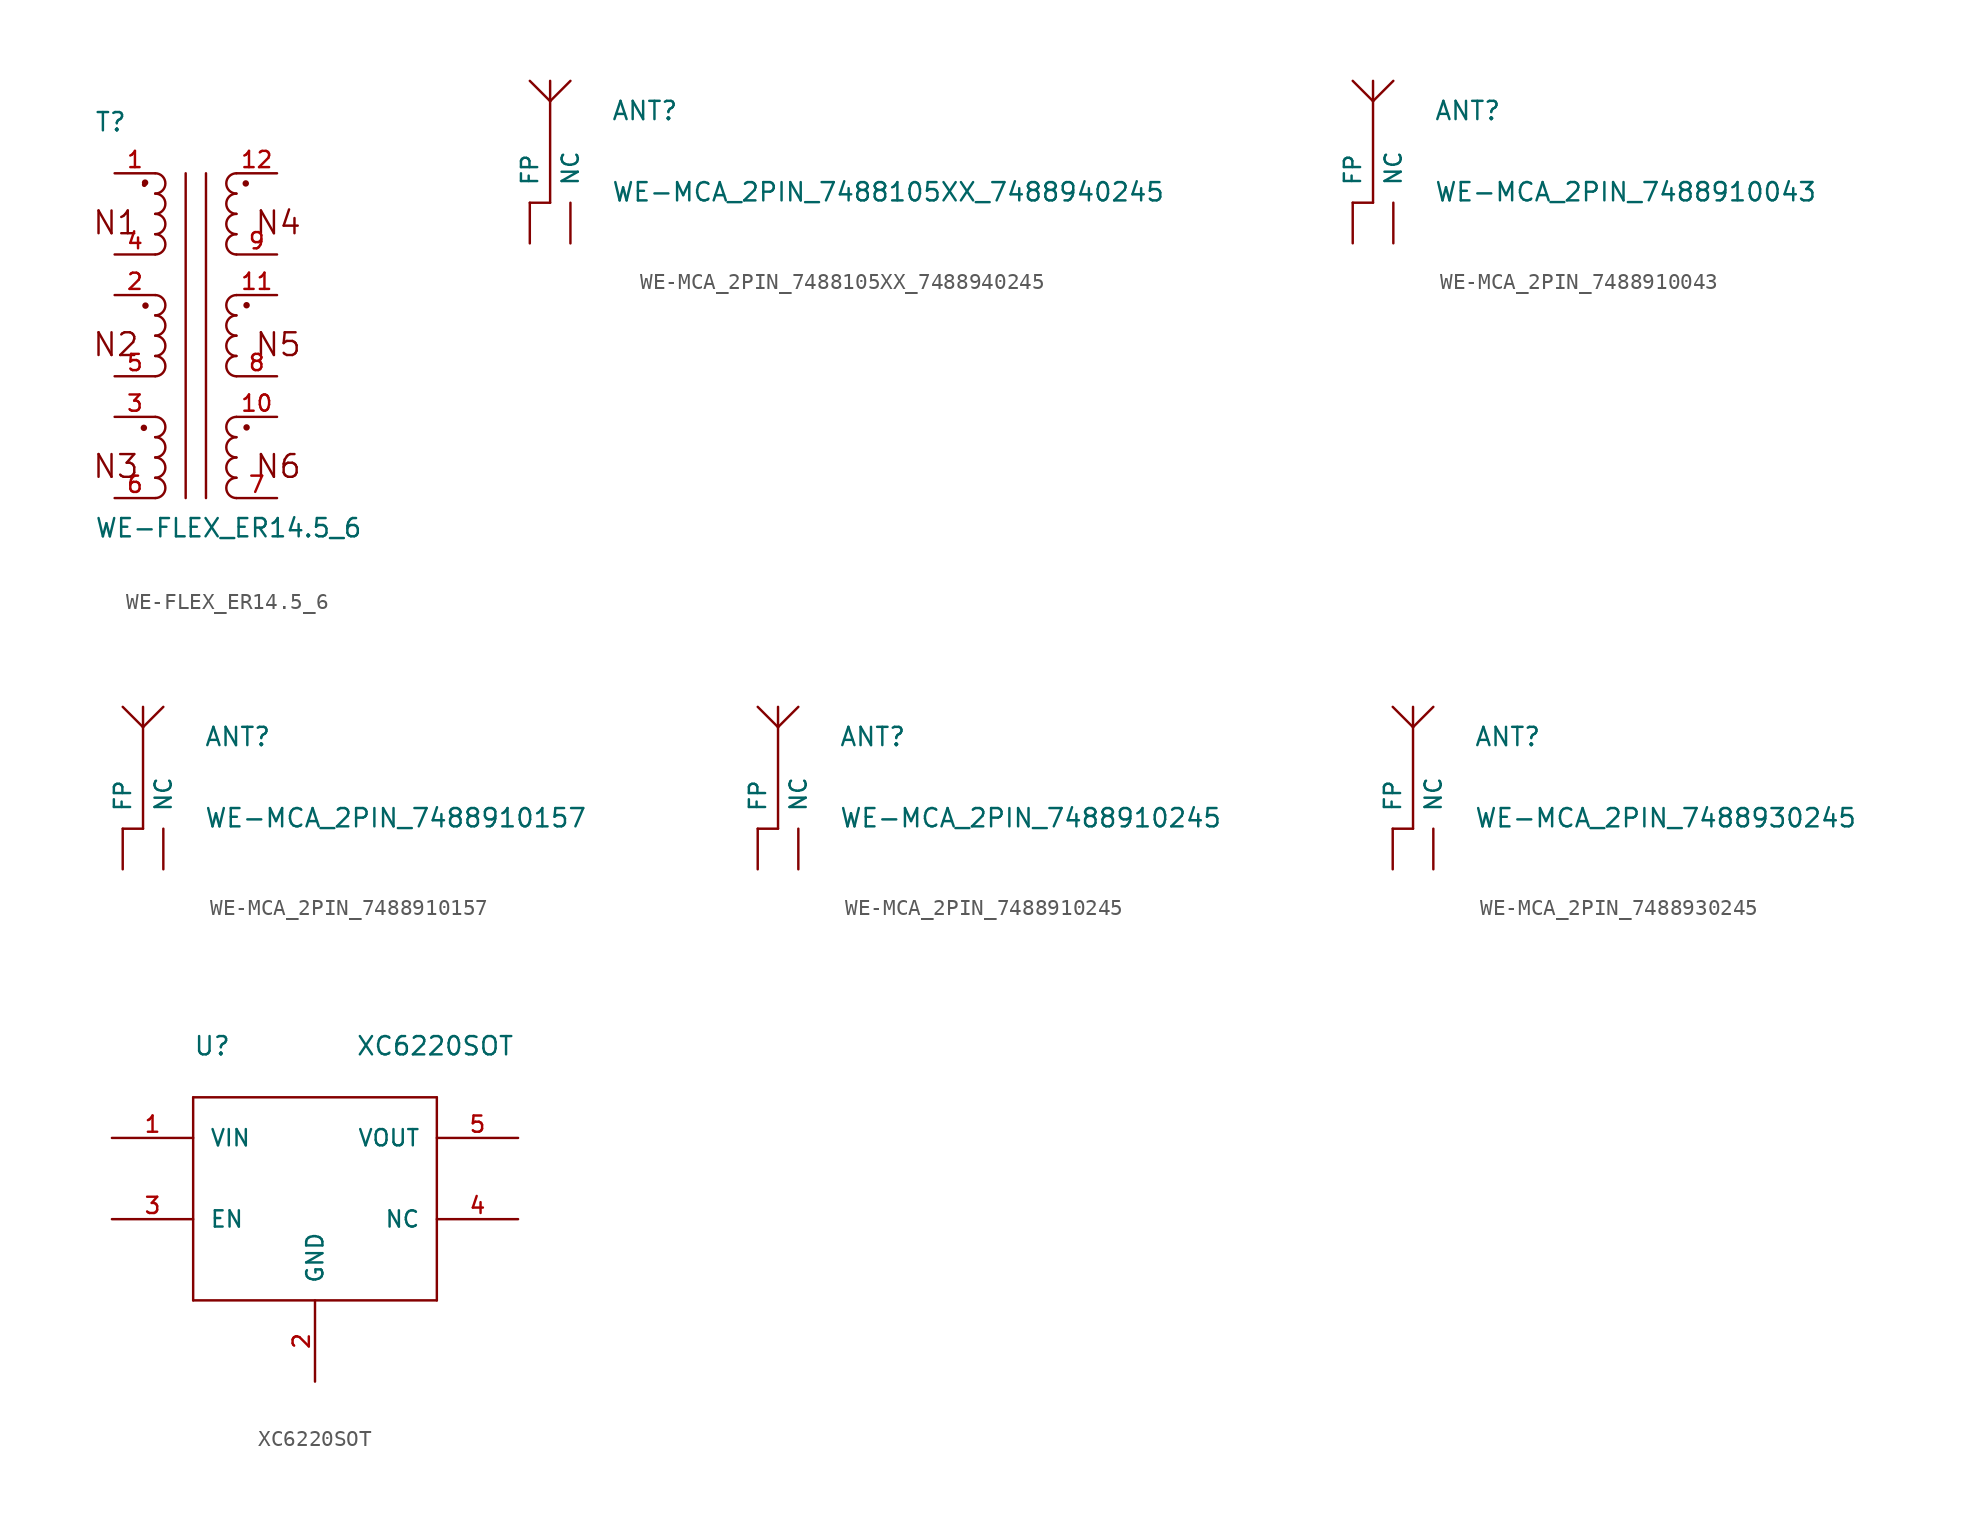
<source format=kicad_sym>
(kicad_symbol_lib
  (version 20241209)
  (generator "kicad_symbol_editor")
  (generator_version "9.0")
  (symbol "WE-FLEX_ER14.5_6"
    (pin_names
      (offset 1.016)
      (hide yes))
    (property "Reference" "T"
      (at -6.35 12.7 0)
      (effects (font (size 1.143 1.143)) (justify left bottom)))
    (property "Value" "WE-FLEX_ER14.5_6"
      (at -6.35 -12.7 0)
      (effects (font (size 1.143 1.143)) (justify left bottom)))
    (property "ki_locked" ""
      (at 0 0 0)
      (effects (font (size 1.27 1.27))))
    (symbol "WE-FLEX_ER14.5_6_1_0"
      (polyline (pts (xy -0.635 10.16) (xy -0.635 -10.16)) (stroke (width 0) (type solid)) (fill (type none)))
      (polyline (pts (xy 0.635 10.16) (xy 0.635 -10.16)) (stroke (width 0) (type solid)) (fill (type none)))
      (text "N1" (at -5.004 7.061 0) (effects (font (size 1.422 1.422))))
      (text "N2" (at -5.004 -0.559 0) (effects (font (size 1.422 1.422))))
      (text "N3" (at -5.004 -8.179 0) (effects (font (size 1.422 1.422))))
      (text "N4" (at 5.156 7.061 0) (effects (font (size 1.422 1.422))))
      (text "N5" (at 5.156 -0.559 0) (effects (font (size 1.422 1.422))))
      (text "N6" (at 5.156 -8.179 0) (effects (font (size 1.422 1.422)))))
    (symbol "WE-FLEX_ER14.5_6_1_1"
      (circle (center -3.251 -5.766) (radius 0.127) (stroke (width 0) (type solid)) (fill (type outline)))
      (circle (center -3.226 9.449) (radius 0.0001) (stroke (width 0) (type solid)) (fill (type none)))
      (circle (center -3.175 9.576) (radius 0.127) (stroke (width 0) (type solid)) (fill (type outline)))
      (circle (center -3.15 1.88) (radius 0.127) (stroke (width 0) (type solid)) (fill (type outline)))
      (arc (start -2.54 10.16) (mid -1.905 9.525) (end -2.54 8.89) (stroke (width 0) (type solid)) (fill (type none)))
      (arc (start -2.54 8.89) (mid -1.905 8.255) (end -2.54 7.62) (stroke (width 0) (type solid)) (fill (type none)))
      (arc (start -2.54 7.62) (mid -1.905 6.985) (end -2.54 6.35) (stroke (width 0) (type solid)) (fill (type none)))
      (arc (start -2.54 6.35) (mid -1.905 5.715) (end -2.54 5.08) (stroke (width 0) (type solid)) (fill (type none)))
      (arc (start -2.54 2.54) (mid -1.905 1.905) (end -2.54 1.27) (stroke (width 0) (type solid)) (fill (type none)))
      (arc (start -2.54 1.27) (mid -1.905 0.635) (end -2.54 0) (stroke (width 0) (type solid)) (fill (type none)))
      (arc (start -2.54 0) (mid -1.905 -0.635) (end -2.54 -1.27) (stroke (width 0) (type solid)) (fill (type none)))
      (arc (start -2.54 -1.27) (mid -1.905 -1.905) (end -2.54 -2.54) (stroke (width 0) (type solid)) (fill (type none)))
      (arc (start -2.54 -5.08) (mid -1.905 -5.715) (end -2.54 -6.35) (stroke (width 0) (type solid)) (fill (type none)))
      (arc (start -2.54 -6.35) (mid -1.905 -6.985) (end -2.54 -7.62) (stroke (width 0) (type solid)) (fill (type none)))
      (arc (start -2.54 -7.62) (mid -1.905 -8.255) (end -2.54 -8.89) (stroke (width 0) (type solid)) (fill (type none)))
      (arc (start -2.54 -8.89) (mid -1.905 -9.525) (end -2.54 -10.16) (stroke (width 0) (type solid)) (fill (type none)))
      (arc (start 2.54 8.89) (mid 1.905 9.525) (end 2.54 10.16) (stroke (width 0) (type solid)) (fill (type none)))
      (arc (start 2.54 7.62) (mid 1.905 8.255) (end 2.54 8.89) (stroke (width 0) (type solid)) (fill (type none)))
      (arc (start 2.54 6.35) (mid 1.905 6.985) (end 2.54 7.62) (stroke (width 0) (type solid)) (fill (type none)))
      (arc (start 2.54 5.08) (mid 1.905 5.715) (end 2.54 6.35) (stroke (width 0) (type solid)) (fill (type none)))
      (arc (start 2.54 1.27) (mid 1.905 1.905) (end 2.54 2.54) (stroke (width 0) (type solid)) (fill (type none)))
      (arc (start 2.54 0) (mid 1.905 0.635) (end 2.54 1.27) (stroke (width 0) (type solid)) (fill (type none)))
      (arc (start 2.54 -1.27) (mid 1.905 -0.635) (end 2.54 0) (stroke (width 0) (type solid)) (fill (type none)))
      (arc (start 2.54 -2.54) (mid 1.905 -1.905) (end 2.54 -1.27) (stroke (width 0) (type solid)) (fill (type none)))
      (arc (start 2.54 -6.35) (mid 1.905 -5.715) (end 2.54 -5.08) (stroke (width 0) (type solid)) (fill (type none)))
      (arc (start 2.54 -7.62) (mid 1.905 -6.985) (end 2.54 -6.35) (stroke (width 0) (type solid)) (fill (type none)))
      (arc (start 2.54 -8.89) (mid 1.905 -8.255) (end 2.54 -7.62) (stroke (width 0) (type solid)) (fill (type none)))
      (arc (start 2.54 -10.16) (mid 1.905 -9.525) (end 2.54 -8.89) (stroke (width 0) (type solid)) (fill (type none)))
      (circle (center 3.124 9.525) (radius 0.127) (stroke (width 0) (type solid)) (fill (type outline)))
      (circle (center 3.175 1.905) (radius 0.127) (stroke (width 0) (type solid)) (fill (type outline)))
      (circle (center 3.175 -5.74) (radius 0.127) (stroke (width 0) (type solid)) (fill (type outline)))
      (pin passive line (at -5.08 10.16 0) (length 2.54) (name "1" (effects (font (size 1.016 1.016)))) (number "1" (effects (font (size 1.016 1.016)))))
      (pin passive line (at -5.08 5.08 0) (length 2.54) (name "12" (effects (font (size 1.016 1.016)))) (number "4" (effects (font (size 1.016 1.016)))))
      (pin passive line (at -5.08 2.54 0) (length 2.54) (name "11" (effects (font (size 1.016 1.016)))) (number "2" (effects (font (size 1.016 1.016)))))
      (pin passive line (at -5.08 -2.54 0) (length 2.54) (name "10" (effects (font (size 1.016 1.016)))) (number "5" (effects (font (size 1.016 1.016)))))
      (pin passive line (at -5.08 -5.08 0) (length 2.54) (name "9" (effects (font (size 1.016 1.016)))) (number "3" (effects (font (size 1.016 1.016)))))
      (pin passive line (at -5.08 -10.16 0) (length 2.54) (name "8" (effects (font (size 1.016 1.016)))) (number "6" (effects (font (size 1.016 1.016)))))
      (pin passive line (at 5.08 10.16 180) (length 2.54) (name "2" (effects (font (size 1.016 1.016)))) (number "12" (effects (font (size 1.016 1.016)))))
      (pin passive line (at 5.08 5.08 180) (length 2.54) (name "3" (effects (font (size 1.016 1.016)))) (number "9" (effects (font (size 1.016 1.016)))))
      (pin passive line (at 5.08 2.54 180) (length 2.54) (name "4" (effects (font (size 1.016 1.016)))) (number "11" (effects (font (size 1.016 1.016)))))
      (pin passive line (at 5.08 -2.54 180) (length 2.54) (name "5" (effects (font (size 1.016 1.016)))) (number "8" (effects (font (size 1.016 1.016)))))
      (pin passive line (at 5.08 -5.08 180) (length 2.54) (name "6" (effects (font (size 1.016 1.016)))) (number "10" (effects (font (size 1.016 1.016)))))
      (pin passive line (at 5.08 -10.16 180) (length 2.54) (name "7" (effects (font (size 1.016 1.016)))) (number "7" (effects (font (size 1.016 1.016)))))))
  (symbol "WE-MCA_2PIN_7488105XX_7488940245"
    (pin_numbers
      (hide yes))
    (pin_names
      (offset 1.016))
    (property "Reference" "ANT"
      (at 5.08 5.08 0)
      (effects (font (size 1.143 1.143)) (justify left bottom)))
    (property "Value" "WE-MCA_2PIN_7488105XX_7488940245"
      (at 5.08 0 0)
      (effects (font (size 1.143 1.143)) (justify left bottom)))
    (property "ki_locked" ""
      (at 0 0 0)
      (effects (font (size 1.27 1.27))))
    (symbol "WE-MCA_2PIN_7488105XX_7488940245_1_0"
      (polyline (pts (xy 0 0) (xy 1.27 0)) (stroke (width 0) (type solid)) (fill (type none)))
      (polyline (pts (xy 1.27 6.35) (xy 0 7.62)) (stroke (width 0) (type solid)) (fill (type none)))
      (polyline (pts (xy 1.27 6.35) (xy 1.27 7.62)) (stroke (width 0) (type solid)) (fill (type none)))
      (polyline (pts (xy 1.27 6.35) (xy 2.54 7.62)) (stroke (width 0) (type solid)) (fill (type none)))
      (polyline (pts (xy 1.27 0) (xy 1.27 6.35)) (stroke (width 0) (type solid)) (fill (type none))))
    (symbol "WE-MCA_2PIN_7488105XX_7488940245_1_1"
      (pin passive line (at 0 -2.54 90) (length 2.54) (name "FP" (effects (font (size 1.016 1.016)))) (number "1" (effects (font (size 1.016 1.016)))))
      (pin passive line (at 2.54 -2.54 90) (length 2.54) (name "NC" (effects (font (size 1.016 1.016)))) (number "2" (effects (font (size 1.016 1.016)))))))
  (symbol "WE-MCA_2PIN_7488910043"
    (pin_numbers
      (hide yes))
    (pin_names
      (offset 1.016))
    (property "Reference" "ANT"
      (at 5.08 5.08 0)
      (effects (font (size 1.143 1.143)) (justify left bottom)))
    (property "Value" "WE-MCA_2PIN_7488910043"
      (at 5.08 0 0)
      (effects (font (size 1.143 1.143)) (justify left bottom)))
    (property "ki_locked" ""
      (at 0 0 0)
      (effects (font (size 1.27 1.27))))
    (symbol "WE-MCA_2PIN_7488910043_1_0"
      (polyline (pts (xy 0 0) (xy 1.27 0)) (stroke (width 0) (type solid)) (fill (type none)))
      (polyline (pts (xy 1.27 6.35) (xy 0 7.62)) (stroke (width 0) (type solid)) (fill (type none)))
      (polyline (pts (xy 1.27 6.35) (xy 1.27 7.62)) (stroke (width 0) (type solid)) (fill (type none)))
      (polyline (pts (xy 1.27 6.35) (xy 2.54 7.62)) (stroke (width 0) (type solid)) (fill (type none)))
      (polyline (pts (xy 1.27 0) (xy 1.27 6.35)) (stroke (width 0) (type solid)) (fill (type none))))
    (symbol "WE-MCA_2PIN_7488910043_1_1"
      (pin passive line (at 0 -2.54 90) (length 2.54) (name "FP" (effects (font (size 1.016 1.016)))) (number "1" (effects (font (size 1.016 1.016)))))
      (pin passive line (at 2.54 -2.54 90) (length 2.54) (name "NC" (effects (font (size 1.016 1.016)))) (number "2" (effects (font (size 1.016 1.016)))))))
  (symbol "WE-MCA_2PIN_7488910157"
    (pin_numbers
      (hide yes))
    (pin_names
      (offset 1.016))
    (property "Reference" "ANT"
      (at 5.08 5.08 0)
      (effects (font (size 1.143 1.143)) (justify left bottom)))
    (property "Value" "WE-MCA_2PIN_7488910157"
      (at 5.08 0 0)
      (effects (font (size 1.143 1.143)) (justify left bottom)))
    (property "ki_locked" ""
      (at 0 0 0)
      (effects (font (size 1.27 1.27))))
    (symbol "WE-MCA_2PIN_7488910157_1_0"
      (polyline (pts (xy 0 0) (xy 1.27 0)) (stroke (width 0) (type solid)) (fill (type none)))
      (polyline (pts (xy 1.27 6.35) (xy 0 7.62)) (stroke (width 0) (type solid)) (fill (type none)))
      (polyline (pts (xy 1.27 6.35) (xy 1.27 7.62)) (stroke (width 0) (type solid)) (fill (type none)))
      (polyline (pts (xy 1.27 6.35) (xy 2.54 7.62)) (stroke (width 0) (type solid)) (fill (type none)))
      (polyline (pts (xy 1.27 0) (xy 1.27 6.35)) (stroke (width 0) (type solid)) (fill (type none))))
    (symbol "WE-MCA_2PIN_7488910157_1_1"
      (pin passive line (at 0 -2.54 90) (length 2.54) (name "FP" (effects (font (size 1.016 1.016)))) (number "1" (effects (font (size 1.016 1.016)))))
      (pin passive line (at 2.54 -2.54 90) (length 2.54) (name "NC" (effects (font (size 1.016 1.016)))) (number "2" (effects (font (size 1.016 1.016)))))))
  (symbol "WE-MCA_2PIN_7488910245"
    (pin_numbers
      (hide yes))
    (pin_names
      (offset 1.016))
    (property "Reference" "ANT"
      (at 5.08 5.08 0)
      (effects (font (size 1.143 1.143)) (justify left bottom)))
    (property "Value" "WE-MCA_2PIN_7488910245"
      (at 5.08 0 0)
      (effects (font (size 1.143 1.143)) (justify left bottom)))
    (property "ki_locked" ""
      (at 0 0 0)
      (effects (font (size 1.27 1.27))))
    (symbol "WE-MCA_2PIN_7488910245_1_0"
      (polyline (pts (xy 0 0) (xy 1.27 0)) (stroke (width 0) (type solid)) (fill (type none)))
      (polyline (pts (xy 1.27 6.35) (xy 0 7.62)) (stroke (width 0) (type solid)) (fill (type none)))
      (polyline (pts (xy 1.27 6.35) (xy 1.27 7.62)) (stroke (width 0) (type solid)) (fill (type none)))
      (polyline (pts (xy 1.27 6.35) (xy 2.54 7.62)) (stroke (width 0) (type solid)) (fill (type none)))
      (polyline (pts (xy 1.27 0) (xy 1.27 6.35)) (stroke (width 0) (type solid)) (fill (type none))))
    (symbol "WE-MCA_2PIN_7488910245_1_1"
      (pin passive line (at 0 -2.54 90) (length 2.54) (name "FP" (effects (font (size 1.016 1.016)))) (number "2" (effects (font (size 1.016 1.016)))))
      (pin passive line (at 2.54 -2.54 90) (length 2.54) (name "NC" (effects (font (size 1.016 1.016)))) (number "1" (effects (font (size 1.016 1.016)))))))
  (symbol "WE-MCA_2PIN_7488930245"
    (pin_numbers
      (hide yes))
    (pin_names
      (offset 1.016))
    (property "Reference" "ANT"
      (at 5.08 5.08 0)
      (effects (font (size 1.143 1.143)) (justify left bottom)))
    (property "Value" "WE-MCA_2PIN_7488930245"
      (at 5.08 0 0)
      (effects (font (size 1.143 1.143)) (justify left bottom)))
    (property "ki_locked" ""
      (at 0 0 0)
      (effects (font (size 1.27 1.27))))
    (symbol "WE-MCA_2PIN_7488930245_1_0"
      (polyline (pts (xy 0 0) (xy 1.27 0)) (stroke (width 0) (type solid)) (fill (type none)))
      (polyline (pts (xy 1.27 6.35) (xy 0 7.62)) (stroke (width 0) (type solid)) (fill (type none)))
      (polyline (pts (xy 1.27 6.35) (xy 1.27 7.62)) (stroke (width 0) (type solid)) (fill (type none)))
      (polyline (pts (xy 1.27 6.35) (xy 2.54 7.62)) (stroke (width 0) (type solid)) (fill (type none)))
      (polyline (pts (xy 1.27 0) (xy 1.27 6.35)) (stroke (width 0) (type solid)) (fill (type none))))
    (symbol "WE-MCA_2PIN_7488930245_1_1"
      (pin passive line (at 0 -2.54 90) (length 2.54) (name "FP" (effects (font (size 1.016 1.016)))) (number "1" (effects (font (size 1.016 1.016)))))
      (pin passive line (at 2.54 -2.54 90) (length 2.54) (name "NC" (effects (font (size 1.016 1.016)))) (number "2" (effects (font (size 1.016 1.016)))))))
  (symbol "XC6220SOT"
    (pin_names
      (offset 1.016))
    (property "Reference" "U"
      (at -7.62 10.16 0)
      (effects (font (size 1.143 1.143)) (justify left bottom)))
    (property "Value" "XC6220SOT"
      (at 2.54 10.16 0)
      (effects (font (size 1.143 1.143)) (justify left bottom)))
    (property "ki_locked" ""
      (at 0 0 0)
      (effects (font (size 1.27 1.27))))
    (symbol "XC6220SOT_1_0"
      (polyline (pts (xy -7.62 7.62) (xy -7.62 -5.08)) (stroke (width 0) (type solid)) (fill (type none)))
      (polyline (pts (xy -7.62 -5.08) (xy 7.62 -5.08)) (stroke (width 0) (type solid)) (fill (type none)))
      (polyline (pts (xy 7.62 7.62) (xy -7.62 7.62)) (stroke (width 0) (type solid)) (fill (type none)))
      (polyline (pts (xy 7.62 -5.08) (xy 7.62 7.62)) (stroke (width 0) (type solid)) (fill (type none))))
    (symbol "XC6220SOT_1_1"
      (pin power_in line (at -12.7 5.08 0) (length 5.08) (name "VIN" (effects (font (size 1.016 1.016)))) (number "1" (effects (font (size 1.016 1.016)))))
      (pin input line (at -12.7 0 0) (length 5.08) (name "EN" (effects (font (size 1.016 1.016)))) (number "3" (effects (font (size 1.016 1.016)))))
      (pin power_in line (at 0 -10.16 90) (length 5.08) (name "GND" (effects (font (size 1.016 1.016)))) (number "2" (effects (font (size 1.016 1.016)))))
      (pin power_in line (at 12.7 5.08 180) (length 5.08) (name "VOUT" (effects (font (size 1.016 1.016)))) (number "5" (effects (font (size 1.016 1.016)))))
      (pin unspecified line (at 12.7 0 180) (length 5.08) (name "NC" (effects (font (size 1.016 1.016)))) (number "4" (effects (font (size 1.016 1.016))))))))
</source>
